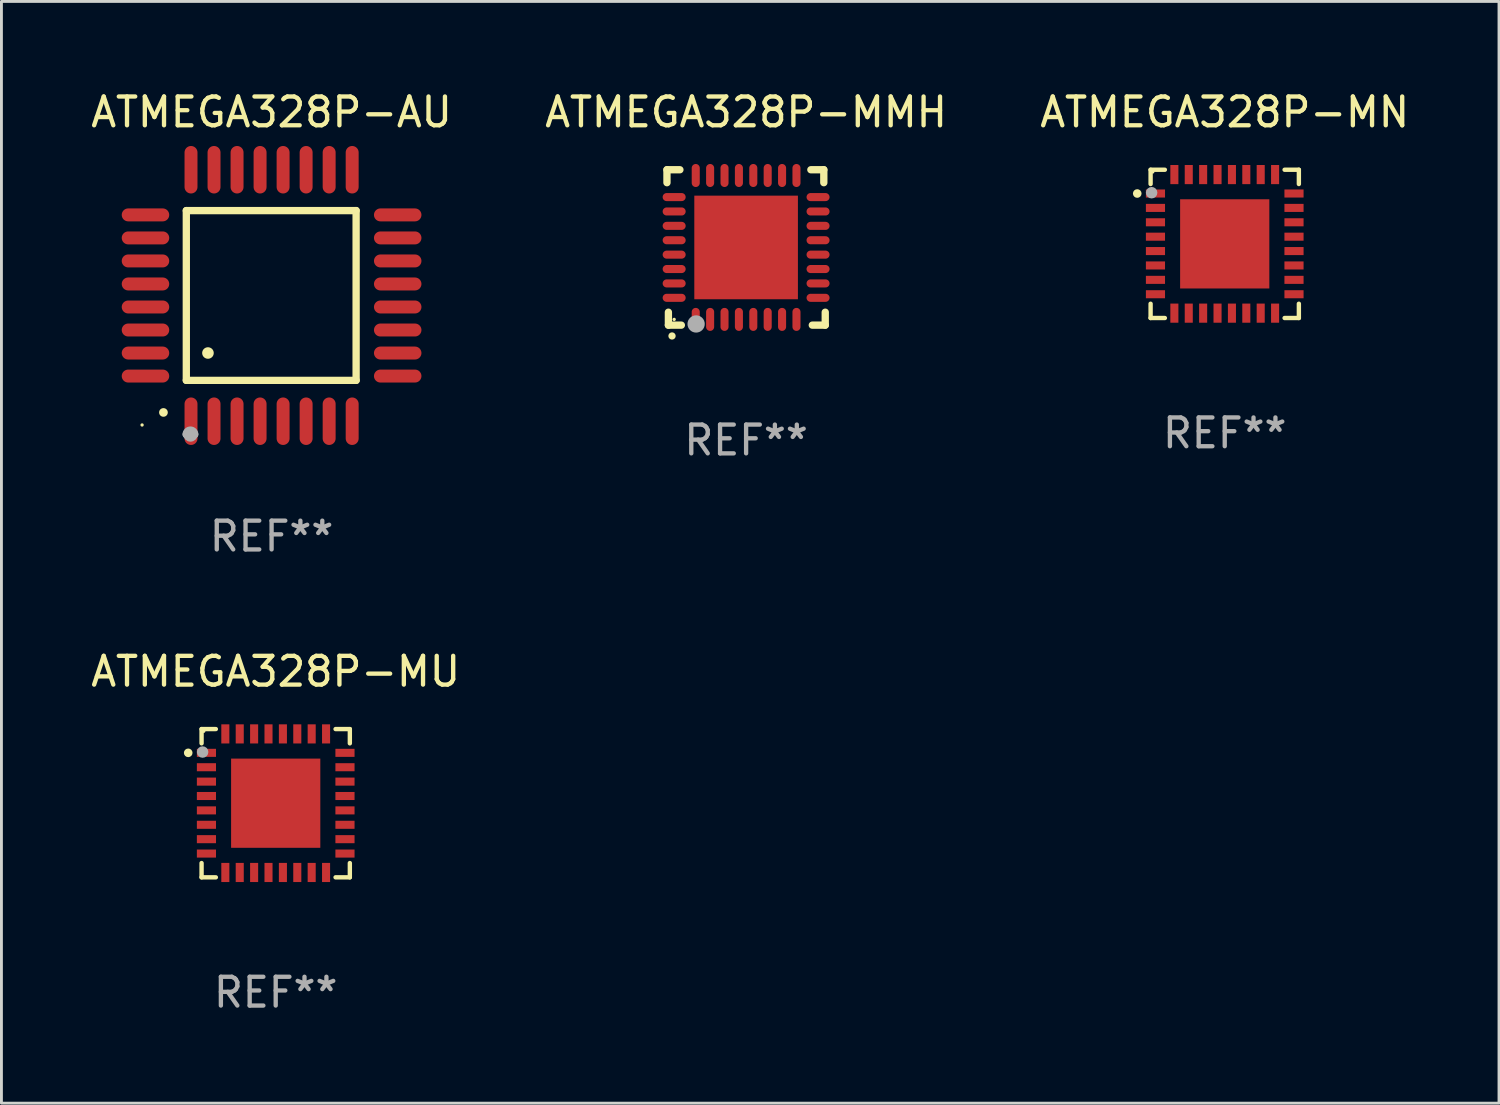
<source format=kicad_pcb>
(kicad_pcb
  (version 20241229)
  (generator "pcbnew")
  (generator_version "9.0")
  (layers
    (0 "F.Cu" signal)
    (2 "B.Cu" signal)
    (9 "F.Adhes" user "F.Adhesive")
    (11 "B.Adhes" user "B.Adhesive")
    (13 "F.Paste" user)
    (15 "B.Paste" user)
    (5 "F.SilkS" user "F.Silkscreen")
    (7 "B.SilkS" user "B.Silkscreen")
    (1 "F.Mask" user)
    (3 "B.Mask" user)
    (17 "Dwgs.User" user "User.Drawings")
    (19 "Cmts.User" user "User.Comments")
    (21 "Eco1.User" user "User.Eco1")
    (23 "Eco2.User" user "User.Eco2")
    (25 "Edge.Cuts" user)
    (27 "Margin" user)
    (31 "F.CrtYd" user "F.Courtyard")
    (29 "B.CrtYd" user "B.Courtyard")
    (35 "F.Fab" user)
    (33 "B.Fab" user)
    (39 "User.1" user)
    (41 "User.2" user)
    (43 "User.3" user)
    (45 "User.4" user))
  (footprint "ATMEGA328P-MN"
    (layer "F.Cu")
    (at 39.506 5.424)
    (property "Reference" "ATMEGA328P-MN" (at 0 -4.576 0) (layer "F.SilkS") (effects (font (size 1 1) (thickness 0.15))))
    (attr through_hole)
    (fp_line (start -2.576 -2.576) (end -2.576 -2.08) (stroke (width 0.152) (type solid)) (layer "F.SilkS"))
    (fp_line (start -2.576 2.576) (end -2.576 2.08) (stroke (width 0.152) (type solid)) (layer "F.SilkS"))
    (fp_line (start -2.08 -2.576) (end -2.576 -2.576) (stroke (width 0.152) (type solid)) (layer "F.SilkS"))
    (fp_line (start -2.08 2.576) (end -2.576 2.576) (stroke (width 0.152) (type solid)) (layer "F.SilkS"))
    (fp_line (start 2.08 -2.576) (end 2.576 -2.576) (stroke (width 0.152) (type solid)) (layer "F.SilkS"))
    (fp_line (start 2.08 2.576) (end 2.576 2.576) (stroke (width 0.152) (type solid)) (layer "F.SilkS"))
    (fp_line (start 2.576 -2.576) (end 2.576 -2.08) (stroke (width 0.152) (type solid)) (layer "F.SilkS"))
    (fp_line (start 2.576 2.576) (end 2.576 2.08) (stroke (width 0.152) (type solid)) (layer "F.SilkS"))
    (fp_circle (center -3.04 -1.75) (end -2.965 -1.75) (stroke (width 0.15) (type solid)) (fill no) (layer "F.SilkS"))
    (fp_circle (center -2.5 -2.5) (end -2.47 -2.5) (stroke (width 0.06) (type solid)) (fill no) (layer "F.SilkS"))
    (fp_circle (center -2.54 -1.778) (end -2.44 -1.778) (stroke (width 0.2) (type solid)) (fill no) (layer "F.Fab"))
    (fp_text user "REF**" (at 0 6.576 0) (layer "F.Fab") (effects (font (size 1 1) (thickness 0.15))))
    (pad "1" smd rect (at -2.407 -1.75) (size 0.665 0.28) (layers "F.Cu" "F.Mask" "F.Paste"))
    (pad "2" smd rect (at -2.407 -1.25) (size 0.665 0.28) (layers "F.Cu" "F.Mask" "F.Paste"))
    (pad "3" smd rect (at -2.407 -0.75) (size 0.665 0.28) (layers "F.Cu" "F.Mask" "F.Paste"))
    (pad "4" smd rect (at -2.407 -0.25) (size 0.665 0.28) (layers "F.Cu" "F.Mask" "F.Paste"))
    (pad "5" smd rect (at -2.407 0.25) (size 0.665 0.28) (layers "F.Cu" "F.Mask" "F.Paste"))
    (pad "6" smd rect (at -2.407 0.75) (size 0.665 0.28) (layers "F.Cu" "F.Mask" "F.Paste"))
    (pad "7" smd rect (at -2.407 1.25) (size 0.665 0.28) (layers "F.Cu" "F.Mask" "F.Paste"))
    (pad "8" smd rect (at -2.407 1.75) (size 0.665 0.28) (layers "F.Cu" "F.Mask" "F.Paste"))
    (pad "9" smd rect (at -1.75 2.407) (size 0.28 0.665) (layers "F.Cu" "F.Mask" "F.Paste"))
    (pad "10" smd rect (at -1.25 2.407) (size 0.28 0.665) (layers "F.Cu" "F.Mask" "F.Paste"))
    (pad "11" smd rect (at -0.75 2.407) (size 0.28 0.665) (layers "F.Cu" "F.Mask" "F.Paste"))
    (pad "12" smd rect (at -0.25 2.407) (size 0.28 0.665) (layers "F.Cu" "F.Mask" "F.Paste"))
    (pad "13" smd rect (at 0.25 2.407) (size 0.28 0.665) (layers "F.Cu" "F.Mask" "F.Paste"))
    (pad "14" smd rect (at 0.75 2.407) (size 0.28 0.665) (layers "F.Cu" "F.Mask" "F.Paste"))
    (pad "15" smd rect (at 1.25 2.407) (size 0.28 0.665) (layers "F.Cu" "F.Mask" "F.Paste"))
    (pad "16" smd rect (at 1.75 2.407) (size 0.28 0.665) (layers "F.Cu" "F.Mask" "F.Paste"))
    (pad "17" smd rect (at 2.407 1.75) (size 0.665 0.28) (layers "F.Cu" "F.Mask" "F.Paste"))
    (pad "18" smd rect (at 2.407 1.25) (size 0.665 0.28) (layers "F.Cu" "F.Mask" "F.Paste"))
    (pad "19" smd rect (at 2.407 0.75) (size 0.665 0.28) (layers "F.Cu" "F.Mask" "F.Paste"))
    (pad "20" smd rect (at 2.407 0.25) (size 0.665 0.28) (layers "F.Cu" "F.Mask" "F.Paste"))
    (pad "21" smd rect (at 2.407 -0.25) (size 0.665 0.28) (layers "F.Cu" "F.Mask" "F.Paste"))
    (pad "22" smd rect (at 2.407 -0.75) (size 0.665 0.28) (layers "F.Cu" "F.Mask" "F.Paste"))
    (pad "23" smd rect (at 2.407 -1.25) (size 0.665 0.28) (layers "F.Cu" "F.Mask" "F.Paste"))
    (pad "24" smd rect (at 2.407 -1.75) (size 0.665 0.28) (layers "F.Cu" "F.Mask" "F.Paste"))
    (pad "25" smd rect (at 1.75 -2.408) (size 0.28 0.665) (layers "F.Cu" "F.Mask" "F.Paste"))
    (pad "26" smd rect (at 1.25 -2.408) (size 0.28 0.665) (layers "F.Cu" "F.Mask" "F.Paste"))
    (pad "27" smd rect (at 0.75 -2.408) (size 0.28 0.665) (layers "F.Cu" "F.Mask" "F.Paste"))
    (pad "28" smd rect (at 0.25 -2.408) (size 0.28 0.665) (layers "F.Cu" "F.Mask" "F.Paste"))
    (pad "29" smd rect (at -0.25 -2.408) (size 0.28 0.665) (layers "F.Cu" "F.Mask" "F.Paste"))
    (pad "30" smd rect (at -0.75 -2.408) (size 0.28 0.665) (layers "F.Cu" "F.Mask" "F.Paste"))
    (pad "31" smd rect (at -1.25 -2.408) (size 0.28 0.665) (layers "F.Cu" "F.Mask" "F.Paste"))
    (pad "32" smd rect (at -1.75 -2.408) (size 0.28 0.665) (layers "F.Cu" "F.Mask" "F.Paste"))
    (pad "33" smd rect (at -0.000076 -0.000102) (size 3.1 3.1) (layers "F.Cu" "F.Mask" "F.Paste")))
  (footprint "ATMEGA328P-MU"
    (layer "F.Cu")
    (at 6.53 24.859)
    (property "Reference" "ATMEGA328P-MU" (at 0 -4.576 0) (layer "F.SilkS") (effects (font (size 1 1) (thickness 0.15))))
    (attr through_hole)
    (fp_line (start -2.576 -2.576) (end -2.576 -2.08) (stroke (width 0.152) (type solid)) (layer "F.SilkS"))
    (fp_line (start -2.576 2.576) (end -2.576 2.08) (stroke (width 0.152) (type solid)) (layer "F.SilkS"))
    (fp_line (start -2.08 -2.576) (end -2.576 -2.576) (stroke (width 0.152) (type solid)) (layer "F.SilkS"))
    (fp_line (start -2.08 2.576) (end -2.576 2.576) (stroke (width 0.152) (type solid)) (layer "F.SilkS"))
    (fp_line (start 2.08 -2.576) (end 2.576 -2.576) (stroke (width 0.152) (type solid)) (layer "F.SilkS"))
    (fp_line (start 2.08 2.576) (end 2.576 2.576) (stroke (width 0.152) (type solid)) (layer "F.SilkS"))
    (fp_line (start 2.576 -2.576) (end 2.576 -2.08) (stroke (width 0.152) (type solid)) (layer "F.SilkS"))
    (fp_line (start 2.576 2.576) (end 2.576 2.08) (stroke (width 0.152) (type solid)) (layer "F.SilkS"))
    (fp_circle (center -3.04 -1.75) (end -2.965 -1.75) (stroke (width 0.15) (type solid)) (fill no) (layer "F.SilkS"))
    (fp_circle (center -2.5 -2.5) (end -2.47 -2.5) (stroke (width 0.06) (type solid)) (fill no) (layer "F.SilkS"))
    (fp_circle (center -2.54 -1.778) (end -2.44 -1.778) (stroke (width 0.2) (type solid)) (fill no) (layer "F.Fab"))
    (fp_text user "REF**" (at 0 6.576 0) (layer "F.Fab") (effects (font (size 1 1) (thickness 0.15))))
    (pad "1" smd rect (at -2.407 -1.75) (size 0.665 0.28) (layers "F.Cu" "F.Mask" "F.Paste"))
    (pad "2" smd rect (at -2.407 -1.25) (size 0.665 0.28) (layers "F.Cu" "F.Mask" "F.Paste"))
    (pad "3" smd rect (at -2.407 -0.75) (size 0.665 0.28) (layers "F.Cu" "F.Mask" "F.Paste"))
    (pad "4" smd rect (at -2.407 -0.25) (size 0.665 0.28) (layers "F.Cu" "F.Mask" "F.Paste"))
    (pad "5" smd rect (at -2.407 0.25) (size 0.665 0.28) (layers "F.Cu" "F.Mask" "F.Paste"))
    (pad "6" smd rect (at -2.407 0.75) (size 0.665 0.28) (layers "F.Cu" "F.Mask" "F.Paste"))
    (pad "7" smd rect (at -2.407 1.25) (size 0.665 0.28) (layers "F.Cu" "F.Mask" "F.Paste"))
    (pad "8" smd rect (at -2.407 1.75) (size 0.665 0.28) (layers "F.Cu" "F.Mask" "F.Paste"))
    (pad "9" smd rect (at -1.75 2.407) (size 0.28 0.665) (layers "F.Cu" "F.Mask" "F.Paste"))
    (pad "10" smd rect (at -1.25 2.407) (size 0.28 0.665) (layers "F.Cu" "F.Mask" "F.Paste"))
    (pad "11" smd rect (at -0.75 2.407) (size 0.28 0.665) (layers "F.Cu" "F.Mask" "F.Paste"))
    (pad "12" smd rect (at -0.25 2.407) (size 0.28 0.665) (layers "F.Cu" "F.Mask" "F.Paste"))
    (pad "13" smd rect (at 0.25 2.407) (size 0.28 0.665) (layers "F.Cu" "F.Mask" "F.Paste"))
    (pad "14" smd rect (at 0.75 2.407) (size 0.28 0.665) (layers "F.Cu" "F.Mask" "F.Paste"))
    (pad "15" smd rect (at 1.25 2.407) (size 0.28 0.665) (layers "F.Cu" "F.Mask" "F.Paste"))
    (pad "16" smd rect (at 1.75 2.407) (size 0.28 0.665) (layers "F.Cu" "F.Mask" "F.Paste"))
    (pad "17" smd rect (at 2.407 1.75) (size 0.665 0.28) (layers "F.Cu" "F.Mask" "F.Paste"))
    (pad "18" smd rect (at 2.407 1.25) (size 0.665 0.28) (layers "F.Cu" "F.Mask" "F.Paste"))
    (pad "19" smd rect (at 2.407 0.75) (size 0.665 0.28) (layers "F.Cu" "F.Mask" "F.Paste"))
    (pad "20" smd rect (at 2.407 0.25) (size 0.665 0.28) (layers "F.Cu" "F.Mask" "F.Paste"))
    (pad "21" smd rect (at 2.407 -0.25) (size 0.665 0.28) (layers "F.Cu" "F.Mask" "F.Paste"))
    (pad "22" smd rect (at 2.407 -0.75) (size 0.665 0.28) (layers "F.Cu" "F.Mask" "F.Paste"))
    (pad "23" smd rect (at 2.407 -1.25) (size 0.665 0.28) (layers "F.Cu" "F.Mask" "F.Paste"))
    (pad "24" smd rect (at 2.407 -1.75) (size 0.665 0.28) (layers "F.Cu" "F.Mask" "F.Paste"))
    (pad "25" smd rect (at 1.75 -2.408) (size 0.28 0.665) (layers "F.Cu" "F.Mask" "F.Paste"))
    (pad "26" smd rect (at 1.25 -2.408) (size 0.28 0.665) (layers "F.Cu" "F.Mask" "F.Paste"))
    (pad "27" smd rect (at 0.75 -2.408) (size 0.28 0.665) (layers "F.Cu" "F.Mask" "F.Paste"))
    (pad "28" smd rect (at 0.25 -2.408) (size 0.28 0.665) (layers "F.Cu" "F.Mask" "F.Paste"))
    (pad "29" smd rect (at -0.25 -2.408) (size 0.28 0.665) (layers "F.Cu" "F.Mask" "F.Paste"))
    (pad "30" smd rect (at -0.75 -2.408) (size 0.28 0.665) (layers "F.Cu" "F.Mask" "F.Paste"))
    (pad "31" smd rect (at -1.25 -2.408) (size 0.28 0.665) (layers "F.Cu" "F.Mask" "F.Paste"))
    (pad "32" smd rect (at -1.75 -2.408) (size 0.28 0.665) (layers "F.Cu" "F.Mask" "F.Paste"))
    (pad "33" smd rect (at -0.000076 -0.000102) (size 3.1 3.1) (layers "F.Cu" "F.Mask" "F.Paste")))
  (footprint "ATMEGA328P-MMH"
    (layer "F.Cu")
    (at 22.875 5.548)
    (property "Reference" "ATMEGA328P-MMH" (at 0 -4.7 0) (layer "F.SilkS") (effects (font (size 1 1) (thickness 0.15))))
    (attr through_hole)
    (fp_line (start -2.75 -2.7) (end -2.75 -2.25) (stroke (width 0.254) (type solid)) (layer "F.SilkS"))
    (fp_line (start -2.7 2.7) (end -2.7 2.25) (stroke (width 0.254) (type solid)) (layer "F.SilkS"))
    (fp_line (start -2.3 -2.7) (end -2.75 -2.7) (stroke (width 0.254) (type solid)) (layer "F.SilkS"))
    (fp_line (start -2.25 2.7) (end -2.7 2.7) (stroke (width 0.254) (type solid)) (layer "F.SilkS"))
    (fp_line (start 2.3 2.7) (end 2.75 2.7) (stroke (width 0.254) (type solid)) (layer "F.SilkS"))
    (fp_line (start 2.7 -2.7) (end 2.25 -2.7) (stroke (width 0.254) (type solid)) (layer "F.SilkS"))
    (fp_line (start 2.7 -2.25) (end 2.7 -2.7) (stroke (width 0.254) (type solid)) (layer "F.SilkS"))
    (fp_line (start 2.75 2.7) (end 2.75 2.25) (stroke (width 0.254) (type solid)) (layer "F.SilkS"))
    (fp_arc (start -2.575565 3.075946) (mid -2.574295 3.07594) (end -2.573025 3.075946) (stroke (width 0.25) (type solid)) (layer "F.SilkS"))
    (fp_circle (center -2.5 2.5) (end -2.47 2.5) (stroke (width 0.06) (type solid)) (fill no) (layer "F.SilkS"))
    (fp_circle (center -1.737 2.659) (end -1.587 2.659) (stroke (width 0.3) (type solid)) (fill no) (layer "F.Fab"))
    (fp_text user "REF**" (at 0 6.7 0) (layer "F.Fab") (effects (font (size 1 1) (thickness 0.15))))
    (pad "1" smd oval (at -1.75 2.5) (size 0.28 0.8) (layers "F.Cu" "F.Mask" "F.Paste"))
    (pad "2" smd oval (at -1.25 2.5) (size 0.28 0.8) (layers "F.Cu" "F.Mask" "F.Paste"))
    (pad "3" smd oval (at -0.75 2.5) (size 0.28 0.8) (layers "F.Cu" "F.Mask" "F.Paste"))
    (pad "4" smd oval (at -0.25 2.5) (size 0.28 0.8) (layers "F.Cu" "F.Mask" "F.Paste"))
    (pad "5" smd oval (at 0.25 2.5) (size 0.28 0.8) (layers "F.Cu" "F.Mask" "F.Paste"))
    (pad "6" smd oval (at 0.75 2.5) (size 0.28 0.8) (layers "F.Cu" "F.Mask" "F.Paste"))
    (pad "7" smd oval (at 1.25 2.5) (size 0.28 0.8) (layers "F.Cu" "F.Mask" "F.Paste"))
    (pad "8" smd oval (at 1.75 2.5) (size 0.28 0.8) (layers "F.Cu" "F.Mask" "F.Paste"))
    (pad "9" smd oval (at 2.5 1.75) (size 0.8 0.28) (layers "F.Cu" "F.Mask" "F.Paste"))
    (pad "10" smd oval (at 2.5 1.25) (size 0.8 0.28) (layers "F.Cu" "F.Mask" "F.Paste"))
    (pad "11" smd oval (at 2.5 0.75) (size 0.8 0.28) (layers "F.Cu" "F.Mask" "F.Paste"))
    (pad "12" smd oval (at 2.5 0.25) (size 0.8 0.28) (layers "F.Cu" "F.Mask" "F.Paste"))
    (pad "13" smd oval (at 2.5 -0.25) (size 0.8 0.28) (layers "F.Cu" "F.Mask" "F.Paste"))
    (pad "14" smd oval (at 2.5 -0.75) (size 0.8 0.28) (layers "F.Cu" "F.Mask" "F.Paste"))
    (pad "15" smd oval (at 2.5 -1.25) (size 0.8 0.28) (layers "F.Cu" "F.Mask" "F.Paste"))
    (pad "16" smd oval (at 2.5 -1.75) (size 0.8 0.28) (layers "F.Cu" "F.Mask" "F.Paste"))
    (pad "17" smd oval (at 1.75 -2.5) (size 0.28 0.8) (layers "F.Cu" "F.Mask" "F.Paste"))
    (pad "18" smd oval (at 1.25 -2.5) (size 0.28 0.8) (layers "F.Cu" "F.Mask" "F.Paste"))
    (pad "19" smd oval (at 0.75 -2.5) (size 0.28 0.8) (layers "F.Cu" "F.Mask" "F.Paste"))
    (pad "20" smd oval (at 0.25 -2.5) (size 0.28 0.8) (layers "F.Cu" "F.Mask" "F.Paste"))
    (pad "21" smd oval (at -0.25 -2.5) (size 0.28 0.8) (layers "F.Cu" "F.Mask" "F.Paste"))
    (pad "22" smd oval (at -0.75 -2.5) (size 0.28 0.8) (layers "F.Cu" "F.Mask" "F.Paste"))
    (pad "23" smd oval (at -1.25 -2.5) (size 0.28 0.8) (layers "F.Cu" "F.Mask" "F.Paste"))
    (pad "24" smd oval (at -1.75 -2.5) (size 0.28 0.8) (layers "F.Cu" "F.Mask" "F.Paste"))
    (pad "25" smd oval (at -2.5 -1.75) (size 0.8 0.28) (layers "F.Cu" "F.Mask" "F.Paste"))
    (pad "26" smd oval (at -2.5 -1.25) (size 0.8 0.28) (layers "F.Cu" "F.Mask" "F.Paste"))
    (pad "27" smd oval (at -2.5 -0.75) (size 0.8 0.28) (layers "F.Cu" "F.Mask" "F.Paste"))
    (pad "28" smd oval (at -2.5 -0.25) (size 0.8 0.28) (layers "F.Cu" "F.Mask" "F.Paste"))
    (pad "29" smd oval (at -2.5 0.25) (size 0.8 0.28) (layers "F.Cu" "F.Mask" "F.Paste"))
    (pad "30" smd oval (at -2.5 0.75) (size 0.8 0.28) (layers "F.Cu" "F.Mask" "F.Paste"))
    (pad "31" smd oval (at -2.5 1.25) (size 0.8 0.28) (layers "F.Cu" "F.Mask" "F.Paste"))
    (pad "32" smd oval (at -2.5 1.75) (size 0.8 0.28) (layers "F.Cu" "F.Mask" "F.Paste"))
    (pad "33" smd rect (at 0.000076 0.000076) (size 3.6 3.6) (layers "F.Cu" "F.Mask" "F.Paste")))
  (footprint "ATMEGA328P-AU"
    (layer "F.Cu")
    (at 6.387 7.217)
    (property "Reference" "ATMEGA328P-AU" (at 0 -6.369 0) (layer "F.SilkS") (effects (font (size 1 1) (thickness 0.15))))
    (attr through_hole)
    (fp_line (start -2.963 -2.95) (end -2.963 2.95) (stroke (width 0.254) (type solid)) (layer "F.SilkS"))
    (fp_line (start -2.963 2.95) (end 2.937 2.95) (stroke (width 0.254) (type solid)) (layer "F.SilkS"))
    (fp_line (start 2.937 -2.95) (end -2.963 -2.95) (stroke (width 0.254) (type solid)) (layer "F.SilkS"))
    (fp_line (start 2.937 2.95) (end 2.937 -2.95) (stroke (width 0.254) (type solid)) (layer "F.SilkS"))
    (fp_arc (start -3.759208 4.064008) (mid -3.757938 4.064003) (end -3.756668 4.064008) (stroke (width 0.3) (type solid)) (layer "F.SilkS"))
    (fp_arc (start -2.212344 1.998984) (mid -2.211074 1.99898) (end -2.209804 1.998984) (stroke (width 0.4) (type solid)) (layer "F.SilkS"))
    (fp_circle (center -4.5 4.5) (end -4.47 4.5) (stroke (width 0.06) (type solid)) (fill no) (layer "F.SilkS"))
    (fp_arc (start -2.967489 4.82601) (mid -2.819406 4.677927) (end -2.671323 4.82601) (stroke (width 0.254001) (type solid)) (layer "F.Fab"))
    (fp_arc (start -2.967488 4.82601) (mid -2.819406 4.791053) (end -2.671324 4.82601) (stroke (width 0.254001) (type solid)) (layer "F.Fab"))
    (fp_circle (center -2.819 4.826) (end -2.692 4.826) (stroke (width 0.254) (type solid)) (fill no) (layer "F.Fab"))
    (fp_text user "REF**" (at 0 8.369 0) (layer "F.Fab") (effects (font (size 1 1) (thickness 0.15))))
    (pad "1" smd oval (at -2.8 4.369) (size 0.45 1.65) (layers "F.Cu" "F.Mask" "F.Paste"))
    (pad "2" smd oval (at -2 4.369) (size 0.45 1.65) (layers "F.Cu" "F.Mask" "F.Paste"))
    (pad "3" smd oval (at -1.2 4.369) (size 0.45 1.65) (layers "F.Cu" "F.Mask" "F.Paste"))
    (pad "4" smd oval (at -0.4 4.369) (size 0.45 1.65) (layers "F.Cu" "F.Mask" "F.Paste"))
    (pad "5" smd oval (at 0.4 4.369) (size 0.45 1.65) (layers "F.Cu" "F.Mask" "F.Paste"))
    (pad "6" smd oval (at 1.2 4.369) (size 0.45 1.65) (layers "F.Cu" "F.Mask" "F.Paste"))
    (pad "7" smd oval (at 2 4.369) (size 0.45 1.65) (layers "F.Cu" "F.Mask" "F.Paste"))
    (pad "8" smd oval (at 2.8 4.369) (size 0.45 1.65) (layers "F.Cu" "F.Mask" "F.Paste"))
    (pad "9" smd oval (at 4.382 2.8) (size 1.65 0.45) (layers "F.Cu" "F.Mask" "F.Paste"))
    (pad "10" smd oval (at 4.382 2) (size 1.65 0.45) (layers "F.Cu" "F.Mask" "F.Paste"))
    (pad "11" smd oval (at 4.382 1.2) (size 1.65 0.45) (layers "F.Cu" "F.Mask" "F.Paste"))
    (pad "12" smd oval (at 4.382 0.4) (size 1.65 0.45) (layers "F.Cu" "F.Mask" "F.Paste"))
    (pad "13" smd oval (at 4.382 -0.4) (size 1.65 0.45) (layers "F.Cu" "F.Mask" "F.Paste"))
    (pad "14" smd oval (at 4.382 -1.2) (size 1.65 0.45) (layers "F.Cu" "F.Mask" "F.Paste"))
    (pad "15" smd oval (at 4.382 -2) (size 1.65 0.45) (layers "F.Cu" "F.Mask" "F.Paste"))
    (pad "16" smd oval (at 4.382 -2.8) (size 1.65 0.45) (layers "F.Cu" "F.Mask" "F.Paste"))
    (pad "17" smd oval (at 2.8 -4.369) (size 0.45 1.65) (layers "F.Cu" "F.Mask" "F.Paste"))
    (pad "18" smd oval (at 2 -4.369) (size 0.45 1.65) (layers "F.Cu" "F.Mask" "F.Paste"))
    (pad "19" smd oval (at 1.2 -4.369) (size 0.45 1.65) (layers "F.Cu" "F.Mask" "F.Paste"))
    (pad "20" smd oval (at 0.4 -4.369) (size 0.45 1.65) (layers "F.Cu" "F.Mask" "F.Paste"))
    (pad "21" smd oval (at -0.4 -4.369) (size 0.45 1.65) (layers "F.Cu" "F.Mask" "F.Paste"))
    (pad "22" smd oval (at -1.2 -4.369) (size 0.45 1.65) (layers "F.Cu" "F.Mask" "F.Paste"))
    (pad "23" smd oval (at -2 -4.369) (size 0.45 1.65) (layers "F.Cu" "F.Mask" "F.Paste"))
    (pad "24" smd oval (at -2.8 -4.369) (size 0.45 1.65) (layers "F.Cu" "F.Mask" "F.Paste"))
    (pad "25" smd oval (at -4.382 -2.8) (size 1.65 0.45) (layers "F.Cu" "F.Mask" "F.Paste"))
    (pad "26" smd oval (at -4.382 -2) (size 1.65 0.45) (layers "F.Cu" "F.Mask" "F.Paste"))
    (pad "27" smd oval (at -4.382 -1.2) (size 1.65 0.45) (layers "F.Cu" "F.Mask" "F.Paste"))
    (pad "28" smd oval (at -4.382 -0.4) (size 1.65 0.45) (layers "F.Cu" "F.Mask" "F.Paste"))
    (pad "29" smd oval (at -4.382 0.4) (size 1.65 0.45) (layers "F.Cu" "F.Mask" "F.Paste"))
    (pad "30" smd oval (at -4.382 1.2) (size 1.65 0.45) (layers "F.Cu" "F.Mask" "F.Paste"))
    (pad "31" smd oval (at -4.382 2) (size 1.65 0.45) (layers "F.Cu" "F.Mask" "F.Paste"))
    (pad "32" smd oval (at -4.382 2.8) (size 1.65 0.45) (layers "F.Cu" "F.Mask" "F.Paste")))
  (gr_rect
    (start -3 -3)
    (end 49.036 35.283)
    (stroke (width 0.1) (type default))
    (fill no)
    (layer "Edge.Cuts")))
</source>
